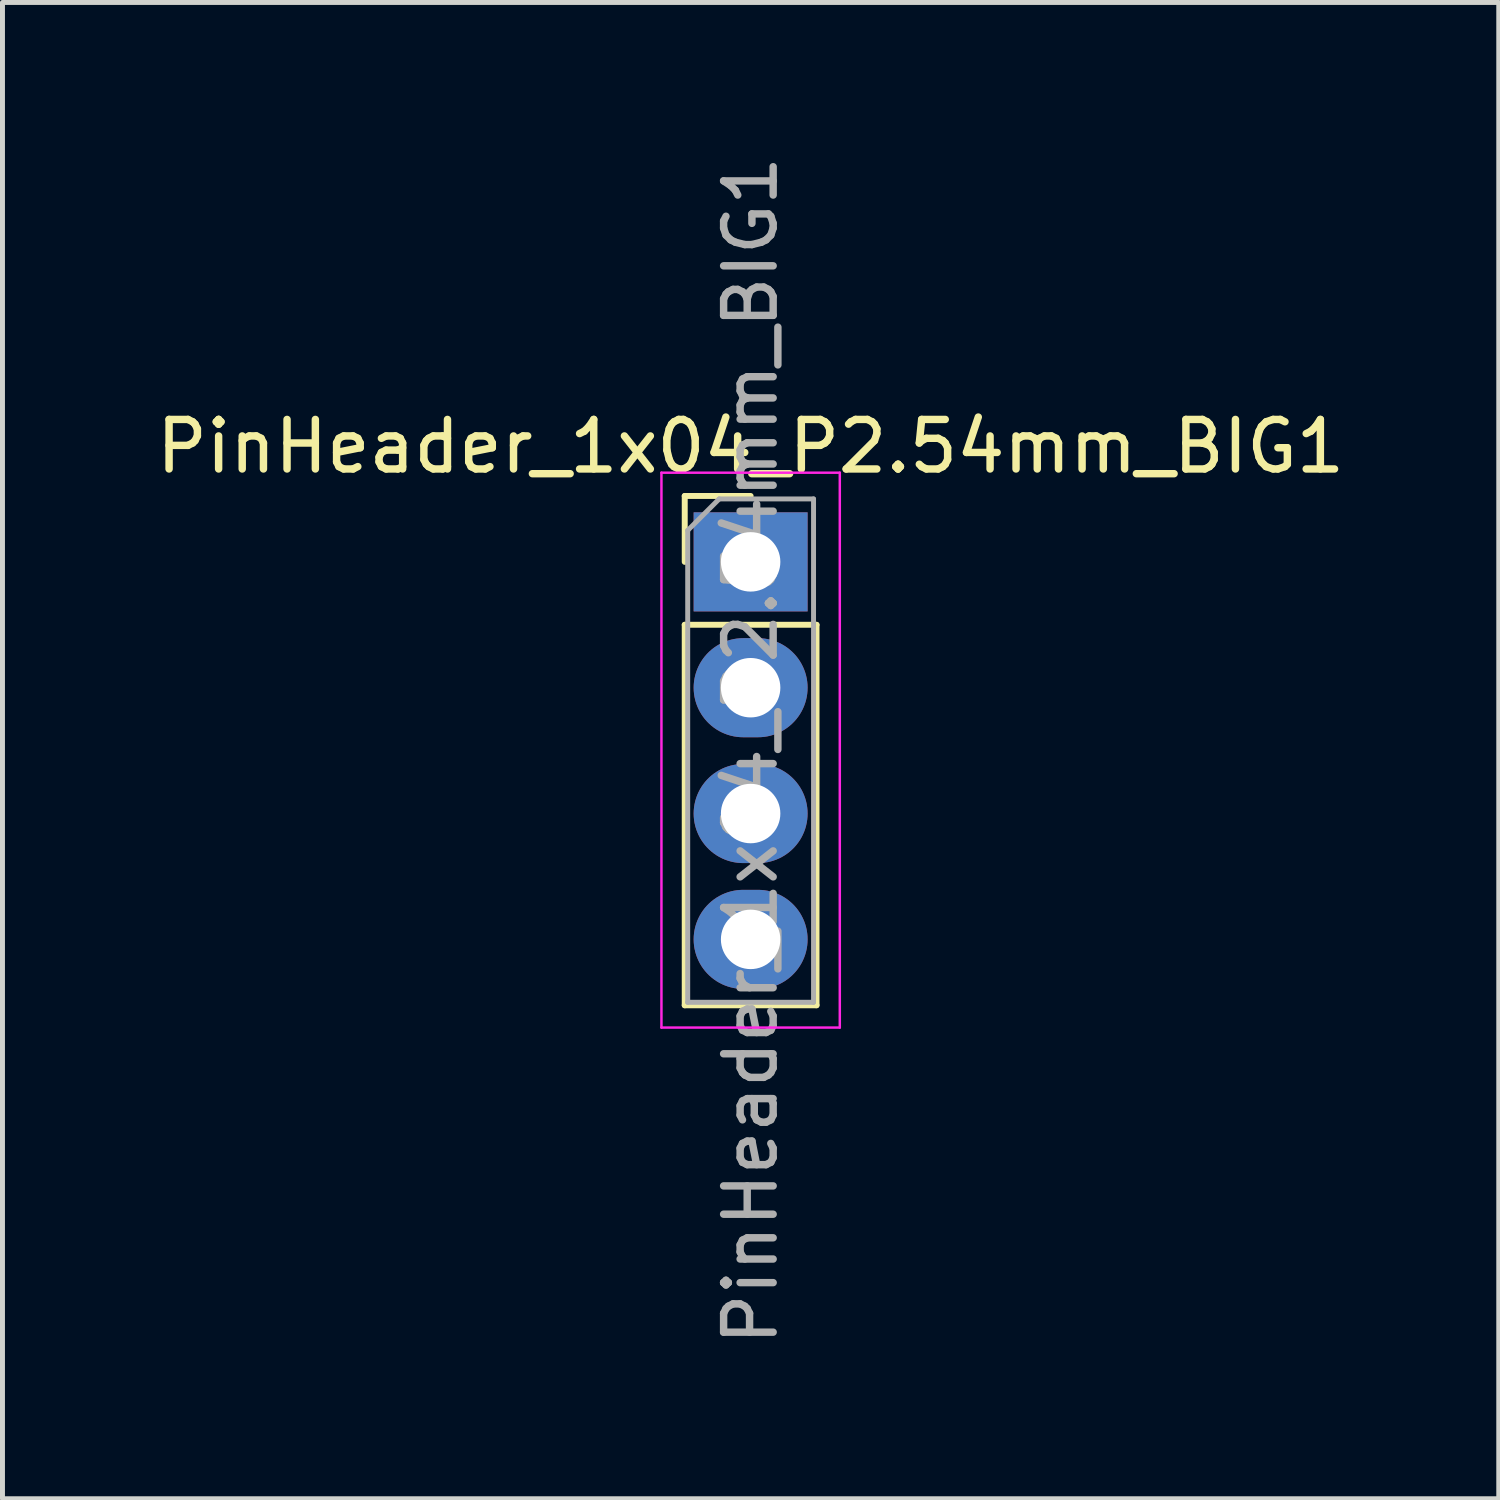
<source format=kicad_pcb>
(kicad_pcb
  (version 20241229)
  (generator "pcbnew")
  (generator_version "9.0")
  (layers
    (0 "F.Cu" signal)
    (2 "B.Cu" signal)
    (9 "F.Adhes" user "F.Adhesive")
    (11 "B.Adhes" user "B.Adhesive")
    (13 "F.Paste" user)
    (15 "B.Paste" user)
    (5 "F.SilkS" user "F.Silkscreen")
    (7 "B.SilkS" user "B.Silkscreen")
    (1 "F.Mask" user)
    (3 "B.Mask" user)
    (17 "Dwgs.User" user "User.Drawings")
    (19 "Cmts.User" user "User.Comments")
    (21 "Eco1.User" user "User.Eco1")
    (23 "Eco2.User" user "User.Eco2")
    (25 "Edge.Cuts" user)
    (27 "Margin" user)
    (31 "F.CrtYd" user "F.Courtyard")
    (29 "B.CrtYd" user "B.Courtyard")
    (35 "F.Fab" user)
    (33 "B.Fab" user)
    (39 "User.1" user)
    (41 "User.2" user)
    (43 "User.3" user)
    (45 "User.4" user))
  (footprint "PinHeader_1x04_P2.54mm_BIG1"
    (layer "F.Cu")
    (at 12.101 8.291)
    (property "Reference" "PinHeader_1x04_P2.54mm_BIG1" (at 0 -2.33 0) (layer "F.SilkS") (effects (font (size 1 1) (thickness 0.15))))
    (attr through_hole)
    (fp_line (start -1.33 -1.33) (end 0 -1.33) (stroke (width 0.12) (type solid)) (layer "F.SilkS"))
    (fp_line (start -1.33 0) (end -1.33 -1.33) (stroke (width 0.12) (type solid)) (layer "F.SilkS"))
    (fp_line (start -1.33 1.27) (end -1.33 8.95) (stroke (width 0.12) (type solid)) (layer "F.SilkS"))
    (fp_line (start -1.33 1.27) (end 1.33 1.27) (stroke (width 0.12) (type solid)) (layer "F.SilkS"))
    (fp_line (start -1.33 8.95) (end 1.33 8.95) (stroke (width 0.12) (type solid)) (layer "F.SilkS"))
    (fp_line (start 1.33 1.27) (end 1.33 8.95) (stroke (width 0.12) (type solid)) (layer "F.SilkS"))
    (fp_line (start -1.8 -1.8) (end -1.8 9.4) (stroke (width 0.05) (type solid)) (layer "F.CrtYd"))
    (fp_line (start -1.8 9.4) (end 1.8 9.4) (stroke (width 0.05) (type solid)) (layer "F.CrtYd"))
    (fp_line (start 1.8 -1.8) (end -1.8 -1.8) (stroke (width 0.05) (type solid)) (layer "F.CrtYd"))
    (fp_line (start 1.8 9.4) (end 1.8 -1.8) (stroke (width 0.05) (type solid)) (layer "F.CrtYd"))
    (fp_line (start -1.27 -0.635) (end -0.635 -1.27) (stroke (width 0.1) (type solid)) (layer "F.Fab"))
    (fp_line (start -1.27 8.89) (end -1.27 -0.635) (stroke (width 0.1) (type solid)) (layer "F.Fab"))
    (fp_line (start -0.635 -1.27) (end 1.27 -1.27) (stroke (width 0.1) (type solid)) (layer "F.Fab"))
    (fp_line (start 1.27 -1.27) (end 1.27 8.89) (stroke (width 0.1) (type solid)) (layer "F.Fab"))
    (fp_line (start 1.27 8.89) (end -1.27 8.89) (stroke (width 0.1) (type solid)) (layer "F.Fab"))
    (fp_text user "${REFERENCE}" (at 0 3.81 90) (layer "F.Fab") (effects (font (size 1 1) (thickness 0.15))))
    (pad "1" thru_hole rect (at 0 0) (size 2.3 2) (drill 1.2) (layers "*.Cu" "*.Mask"))
    (pad "2" thru_hole oval (at 0 2.54) (size 2.3 2) (drill 1.2) (layers "*.Cu" "*.Mask"))
    (pad "3" thru_hole oval (at 0 5.08) (size 2.3 2) (drill 1.2) (layers "*.Cu" "*.Mask"))
    (pad "4" thru_hole oval (at 0 7.62) (size 2.3 2) (drill 1.2) (layers "*.Cu" "*.Mask")))
  (gr_rect
    (start -3 -3)
    (end 27.202 27.202)
    (stroke (width 0.1) (type default))
    (fill no)
    (layer "Edge.Cuts")))
</source>
